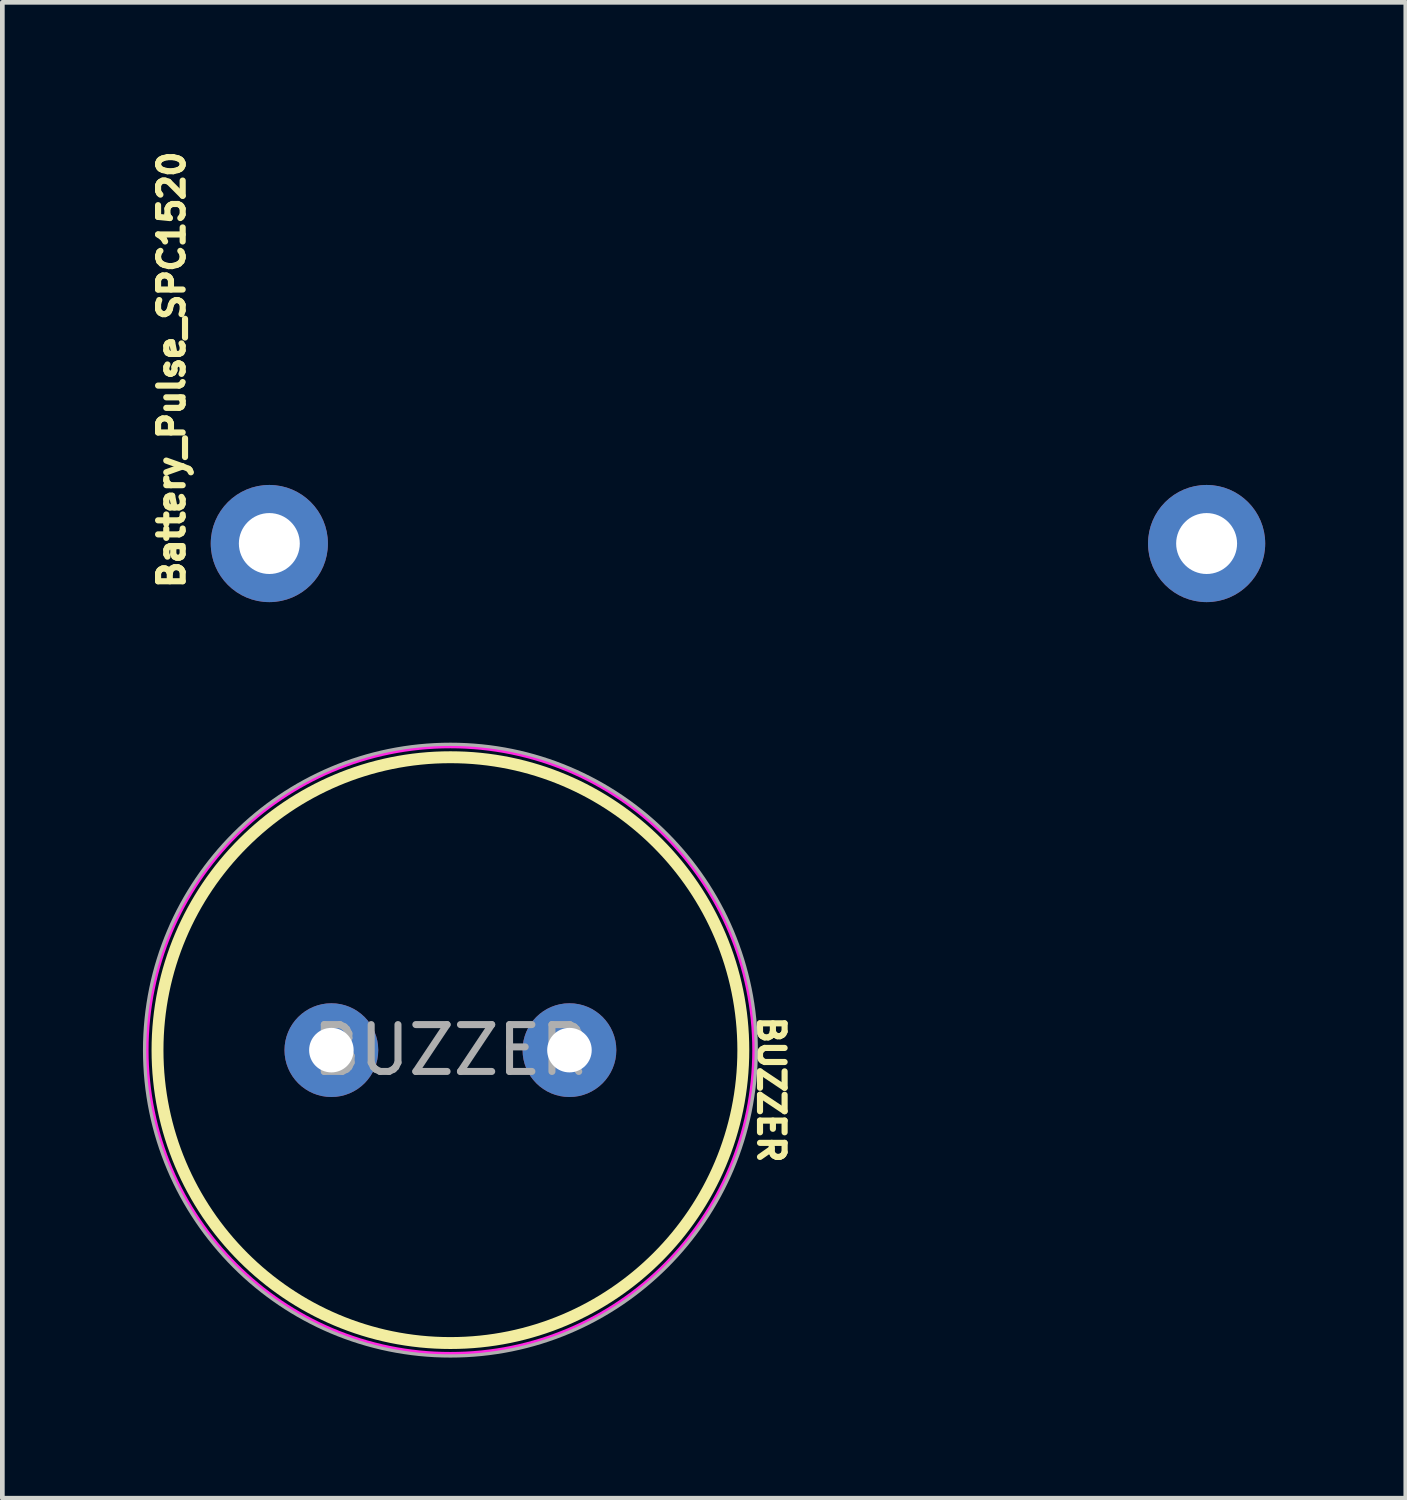
<source format=kicad_pcb>
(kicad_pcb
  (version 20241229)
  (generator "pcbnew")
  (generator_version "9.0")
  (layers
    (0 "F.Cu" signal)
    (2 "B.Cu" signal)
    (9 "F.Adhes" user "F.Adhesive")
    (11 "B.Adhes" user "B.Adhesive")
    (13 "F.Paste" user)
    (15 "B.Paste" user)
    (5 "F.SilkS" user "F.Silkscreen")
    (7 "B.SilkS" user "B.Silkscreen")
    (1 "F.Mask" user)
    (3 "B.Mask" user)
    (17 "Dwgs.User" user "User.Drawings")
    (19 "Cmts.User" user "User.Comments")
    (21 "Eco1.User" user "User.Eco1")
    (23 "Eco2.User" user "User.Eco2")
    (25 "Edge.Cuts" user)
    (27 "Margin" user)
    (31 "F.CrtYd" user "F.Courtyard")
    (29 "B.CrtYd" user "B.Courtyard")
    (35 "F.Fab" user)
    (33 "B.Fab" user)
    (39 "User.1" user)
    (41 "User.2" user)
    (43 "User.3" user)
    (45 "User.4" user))
  (footprint "BUZZER"
    (layer "F.Cu")
    (at 6.561 19.358)
    (property "Reference" "BUZZER" (at 6.535 -0.783 270) (unlocked yes) (layer "F.SilkS") (effects (font (size 0.525 0.525) (thickness 0.131)) (justify left bottom)))
    (fp_circle (center 0 0) (end 6.25 0) (stroke (width 0.254) (type solid)) (fill no) (layer "F.SilkS"))
    (fp_circle (center 0 0) (end -4.572 -4.572) (stroke (width 0.05) (type default)) (fill no) (layer "F.CrtYd"))
    (fp_circle (center 0 0) (end -2.286 -6.096) (stroke (width 0.1) (type default)) (fill no) (layer "F.Fab"))
    (fp_text user "${REFERENCE}" (at 0 0 0) (layer "F.Fab") (effects (font (size 1 1) (thickness 0.15))))
    (pad "1" thru_hole circle (at -2.54 -0.00002) (size 2 2) (drill 0.95) (layers "*.Cu" "*.Mask"))
    (pad "2" thru_hole circle (at 2.54 -0.00002) (size 2 2) (drill 0.95) (layers "*.Cu" "*.Mask")))
  (footprint "Battery_Pulse_SPC1520"
    (layer "F.Cu")
    (at 2.697 8.548)
    (property "Reference" "Battery_Pulse_SPC1520" (at -1.778 1.016 90) (unlocked yes) (layer "F.SilkS") (effects (font (size 0.525 0.525) (thickness 0.131)) (justify left bottom)))
    (pad "1" thru_hole circle (at 0.00002 -0.00001) (size 2.5 2.5) (drill 1.3) (layers "*.Cu" "*.Mask"))
    (pad "2" thru_hole circle (at 20 -0.00001) (size 2.5 2.5) (drill 1.3) (layers "*.Cu" "*.Mask")))
  (gr_rect
    (start -3 -3)
    (end 26.947 28.919)
    (stroke (width 0.1) (type default))
    (fill no)
    (layer "Edge.Cuts")))
</source>
